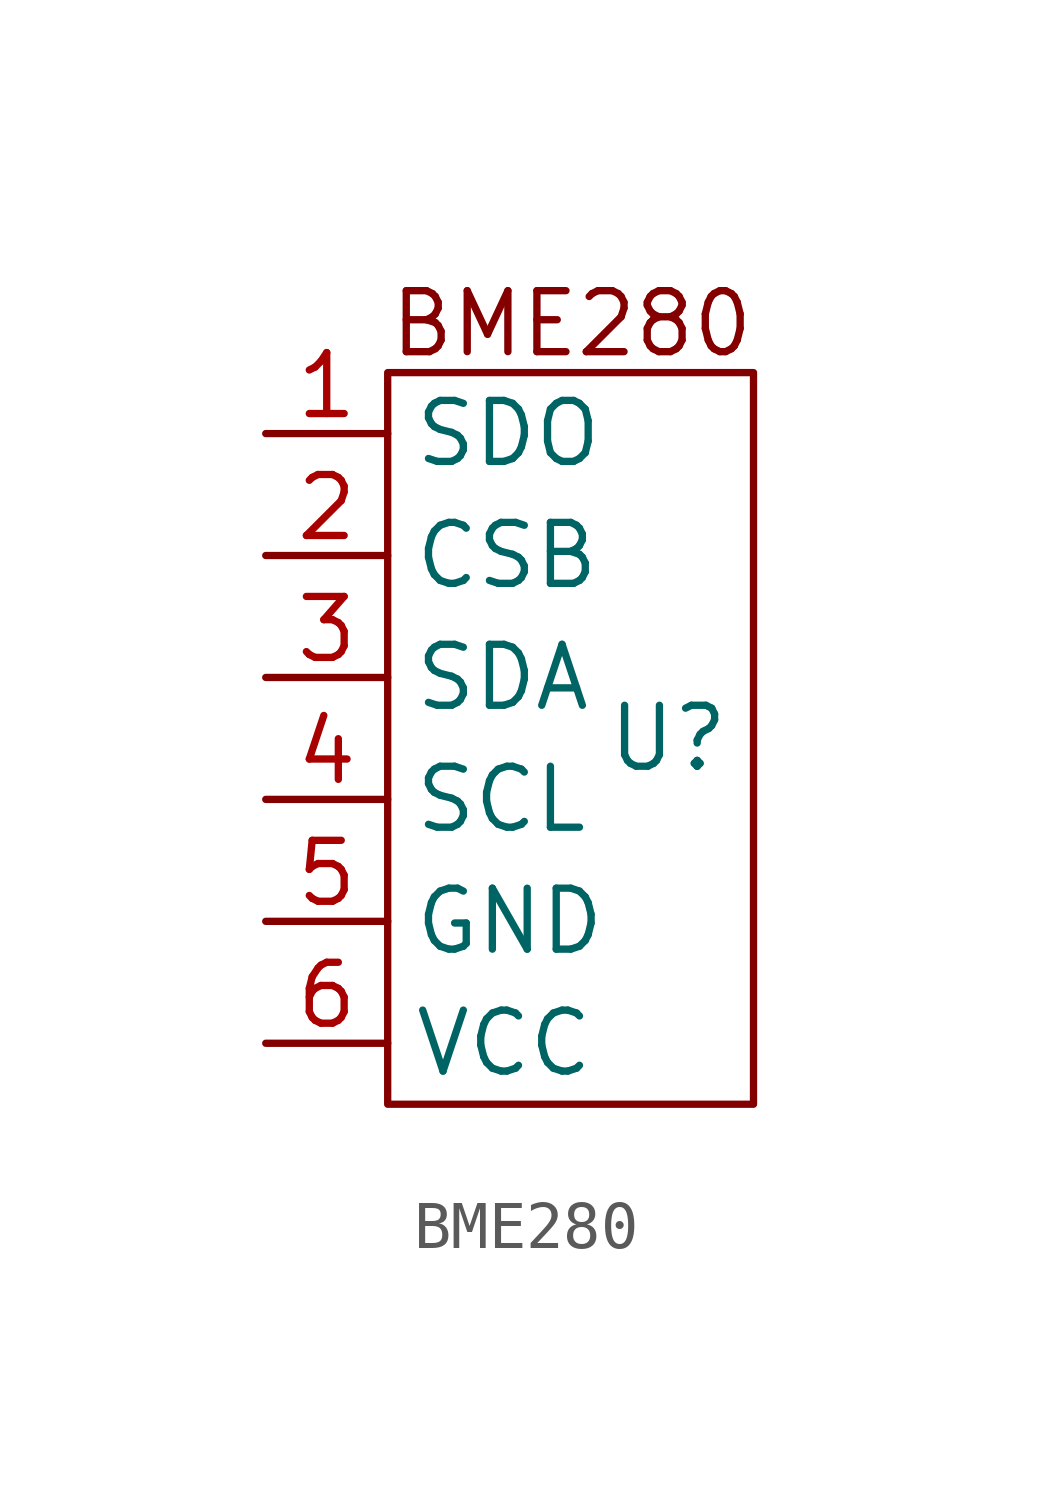
<source format=kicad_sym>
(kicad_symbol_lib
  (version 20231120)
  (generator "kicad_symbol_editor")
  (generator_version "8.0")
  (symbol "BME280"
    (property "Reference" "U"
      (at 2.032 0 0)
      (effects (font (size 1.27 1.27))))
    (property "Value" ""
      (at 0 1.27 0)
      (effects (font (size 1.27 1.27))))
    (symbol "BME280_0_1"
      (rectangle (start -3.81 7.62) (end 3.81 -7.62) (stroke (width 0) (type default)) (fill (type none))))
    (symbol "BME280_1_1"
      (text "BME280 \n" (at 0.508 8.636 0) (effects (font (size 1.27 1.27))))
      (pin input line (at -6.35 6.35 0) (length 2.54) (name "SDO" (effects (font (size 1.27 1.27)))) (number "1" (effects (font (size 1.27 1.27)))))
      (pin input line (at -6.35 3.81 0) (length 2.54) (name "CSB" (effects (font (size 1.27 1.27)))) (number "2" (effects (font (size 1.27 1.27)))))
      (pin input line (at -6.35 1.27 0) (length 2.54) (name "SDA" (effects (font (size 1.27 1.27)))) (number "3" (effects (font (size 1.27 1.27)))))
      (pin input line (at -6.35 -1.27 0) (length 2.54) (name "SCL" (effects (font (size 1.27 1.27)))) (number "4" (effects (font (size 1.27 1.27)))))
      (pin input line (at -6.35 -3.81 0) (length 2.54) (name "GND" (effects (font (size 1.27 1.27)))) (number "5" (effects (font (size 1.27 1.27)))))
      (pin input line (at -6.35 -6.35 0) (length 2.54) (name "VCC" (effects (font (size 1.27 1.27)))) (number "6" (effects (font (size 1.27 1.27))))))))
</source>
